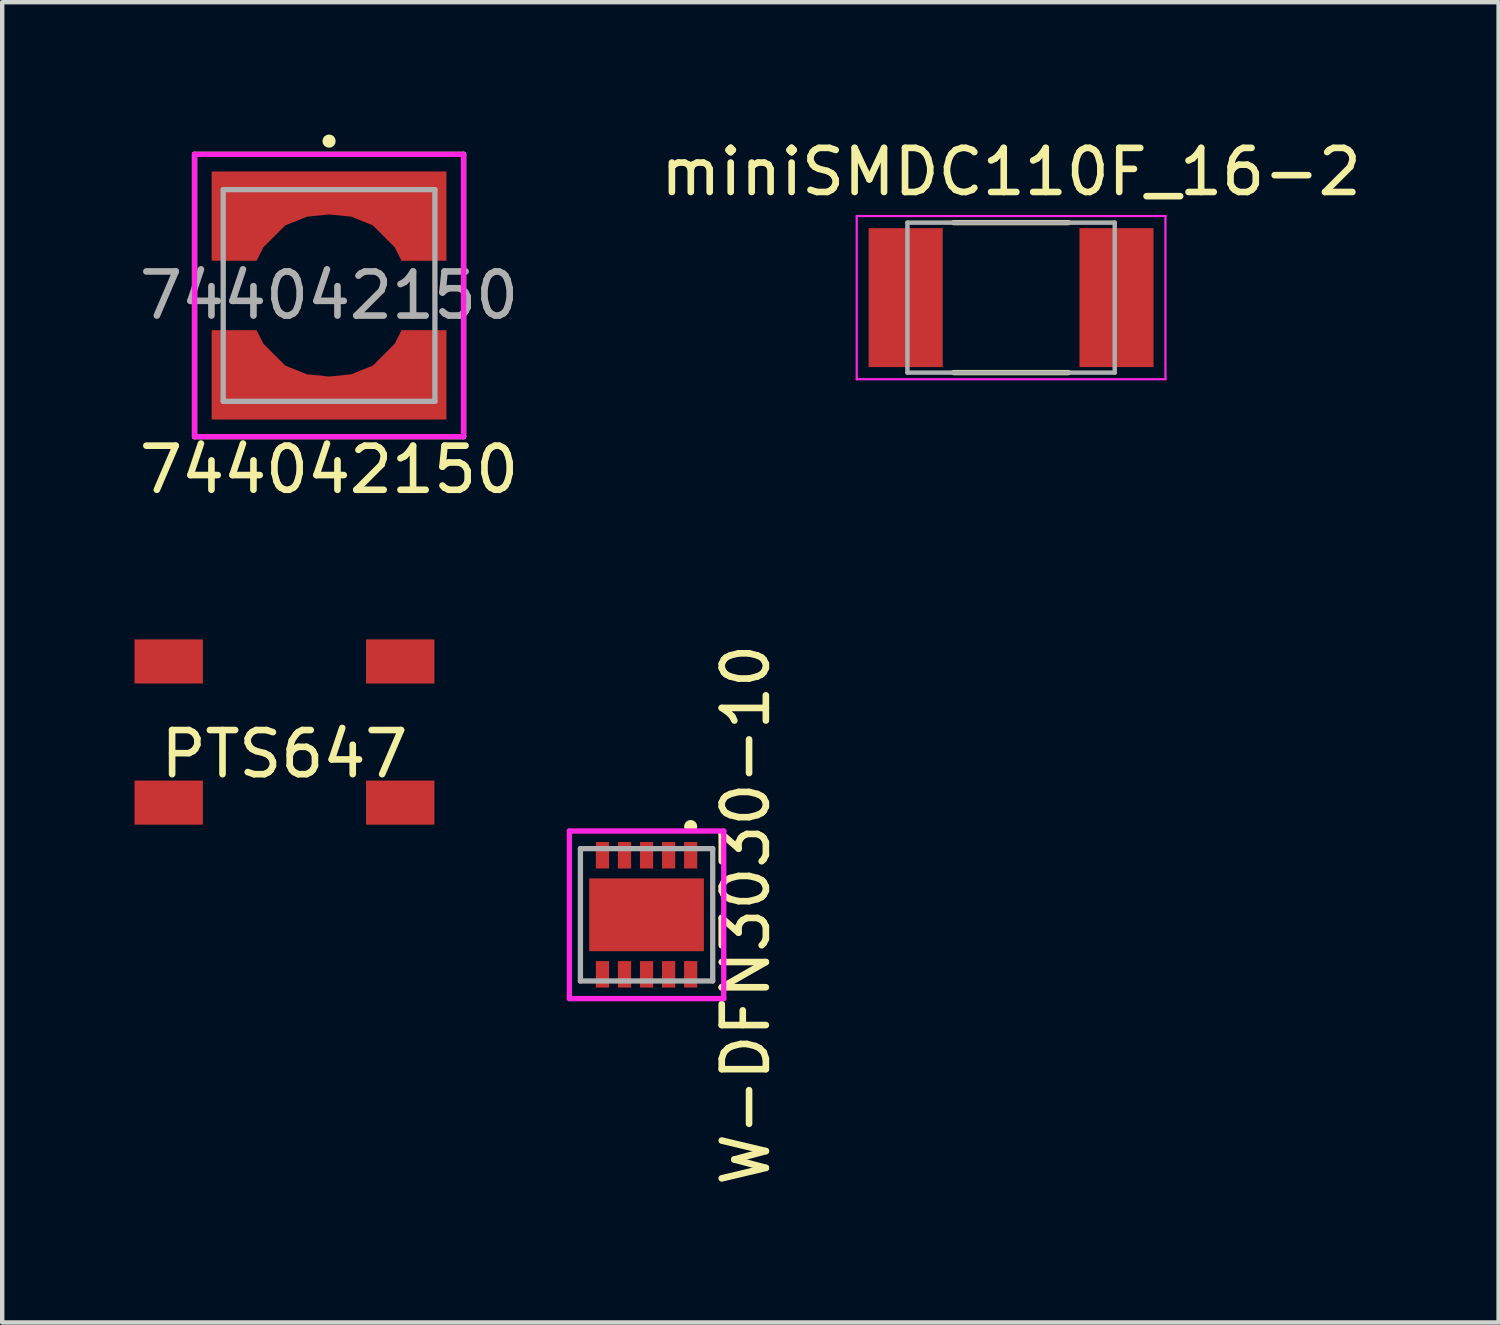
<source format=kicad_pcb>
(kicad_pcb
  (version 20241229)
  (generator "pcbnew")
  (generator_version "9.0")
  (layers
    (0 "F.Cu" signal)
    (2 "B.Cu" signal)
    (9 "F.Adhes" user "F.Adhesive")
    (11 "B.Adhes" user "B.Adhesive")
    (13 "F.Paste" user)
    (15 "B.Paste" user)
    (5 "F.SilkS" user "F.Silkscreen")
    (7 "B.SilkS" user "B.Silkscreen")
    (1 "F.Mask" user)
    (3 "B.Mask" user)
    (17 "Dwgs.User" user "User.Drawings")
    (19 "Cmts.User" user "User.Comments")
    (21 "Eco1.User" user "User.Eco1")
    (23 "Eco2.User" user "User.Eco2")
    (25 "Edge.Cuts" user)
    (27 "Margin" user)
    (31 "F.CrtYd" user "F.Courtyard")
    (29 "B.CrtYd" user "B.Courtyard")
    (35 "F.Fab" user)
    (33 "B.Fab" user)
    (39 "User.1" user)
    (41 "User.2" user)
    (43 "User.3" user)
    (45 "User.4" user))
  (footprint "miniSMDC110F_16-2"
    (layer "F.Cu")
    (at 19.875 3.698)
    (property "Reference" "miniSMDC110F_16-2" (at 0 -2.85 0) (layer "F.SilkS") (effects (font (size 1 1) (thickness 0.15))))
    (attr smd)
    (fp_line (start -1.3 -1.7) (end 1.3 -1.7) (stroke (width 0.12) (type solid)) (layer "F.SilkS"))
    (fp_line (start -1.3 1.7) (end 1.3 1.7) (stroke (width 0.12) (type solid)) (layer "F.SilkS"))
    (fp_line (start -3.5 -1.85) (end 3.5 -1.85) (stroke (width 0.05) (type solid)) (layer "F.CrtYd"))
    (fp_line (start -3.5 1.85) (end -3.5 -1.85) (stroke (width 0.05) (type solid)) (layer "F.CrtYd"))
    (fp_line (start 3.5 -1.85) (end 3.5 1.85) (stroke (width 0.05) (type solid)) (layer "F.CrtYd"))
    (fp_line (start 3.5 1.85) (end -3.5 1.85) (stroke (width 0.05) (type solid)) (layer "F.CrtYd"))
    (fp_line (start -2.35 -1.7) (end 2.35 -1.7) (stroke (width 0.1) (type solid)) (layer "F.Fab"))
    (fp_line (start -2.35 1.7) (end -2.35 -1.7) (stroke (width 0.1) (type solid)) (layer "F.Fab"))
    (fp_line (start 2.35 -1.7) (end 2.35 1.7) (stroke (width 0.1) (type solid)) (layer "F.Fab"))
    (fp_line (start 2.35 1.7) (end -2.35 1.7) (stroke (width 0.1) (type solid)) (layer "F.Fab"))
    (pad "1" smd rect (at -2.39 0) (size 1.68 3.15) (layers "F.Cu" "F.Mask" "F.Paste"))
    (pad "2" smd rect (at 2.39 0) (size 1.68 3.15) (layers "F.Cu" "F.Mask" "F.Paste")))
  (footprint "744042150"
    (layer "F.Cu")
    (at 4.411 3.65)
    (property "Reference" "744042150" (at 0 3.95 0) (layer "F.SilkS") (effects (font (size 1 1) (thickness 0.15))))
    (attr through_hole)
    (fp_line (start -3.05 -3.2) (end 3.05 -3.2) (stroke (width 0.12) (type solid)) (layer "F.SilkS"))
    (fp_line (start -3.05 3.2) (end -3.05 -3.2) (stroke (width 0.12) (type solid)) (layer "F.SilkS"))
    (fp_line (start 3.05 -3.2) (end 3.05 3.2) (stroke (width 0.12) (type solid)) (layer "F.SilkS"))
    (fp_line (start 3.05 3.2) (end -3.05 3.2) (stroke (width 0.12) (type solid)) (layer "F.SilkS"))
    (fp_circle (center 0 -3.5) (end 0.075 -3.5) (stroke (width 0.15) (type solid)) (fill no) (layer "F.SilkS"))
    (fp_line (start -3.05 -3.2) (end 3.05 -3.2) (stroke (width 0.12) (type solid)) (layer "F.CrtYd"))
    (fp_line (start -3.05 3.2) (end -3.05 -3.2) (stroke (width 0.12) (type solid)) (layer "F.CrtYd"))
    (fp_line (start 3.05 -3.2) (end 3.05 3.2) (stroke (width 0.12) (type solid)) (layer "F.CrtYd"))
    (fp_line (start 3.05 3.2) (end -3.05 3.2) (stroke (width 0.12) (type solid)) (layer "F.CrtYd"))
    (fp_line (start -2.4 -2.4) (end 2.4 -2.4) (stroke (width 0.12) (type solid)) (layer "F.Fab"))
    (fp_line (start -2.4 2.4) (end -2.4 -2.4) (stroke (width 0.12) (type solid)) (layer "F.Fab"))
    (fp_line (start 2.4 -2.4) (end 2.4 2.4) (stroke (width 0.12) (type solid)) (layer "F.Fab"))
    (fp_line (start 2.4 2.4) (end -2.4 2.4) (stroke (width 0.12) (type solid)) (layer "F.Fab"))
    (fp_text user "${REFERENCE}" (at 0 0 0) (layer "F.Fab") (effects (font (size 1 1) (thickness 0.15))))
    (pad "1" smd custom (at 0 -2.35) (size 0.5 0.5) (layers "F.Cu" "F.Mask" "F.Paste") (options (anchor rect)) (primitives (gr_poly (pts (xy 2.65 1.55) (xy 1.65 1.55) (xy 1.5 1.25) (xy 1 0.75) (xy 0.5 0.55) (xy 0 0.5) (xy -0.5 0.55) (xy -1 0.75) (xy -1.5 1.25) (xy -1.65 1.55) (xy -2.65 1.55) (xy -2.65 -0.45) (xy 2.65 -0.45)) (width 0.025) (fill yes))))
    (pad "2" smd custom (at 0 2.35 180) (size 0.5 0.5) (layers "F.Cu" "F.Mask" "F.Paste") (options (anchor rect)) (primitives (gr_poly (pts (xy 2.65 1.55) (xy 1.65 1.55) (xy 1.5 1.25) (xy 1 0.75) (xy 0.5 0.55) (xy 0 0.5) (xy -0.5 0.55) (xy -1 0.75) (xy -1.5 1.25) (xy -1.65 1.55) (xy -2.65 1.55) (xy -2.65 -0.45) (xy 2.65 -0.45)) (width 0.025) (fill yes)))))
  (footprint "W-DFN3030-10"
    (layer "F.Cu")
    (at 11.61 17.692)
    (property "Reference" "W-DFN3030-10" (at 2.25 0 270) (layer "F.SilkS") (effects (font (size 1 1) (thickness 0.15))))
    (attr through_hole)
    (fp_circle (center 1 -2) (end 1.075 -2) (stroke (width 0.15) (type solid)) (fill no) (layer "F.SilkS"))
    (fp_line (start -1.75 -1.9) (end 1.75 -1.9) (stroke (width 0.12) (type solid)) (layer "F.CrtYd"))
    (fp_line (start -1.75 1.9) (end -1.75 -1.9) (stroke (width 0.12) (type solid)) (layer "F.CrtYd"))
    (fp_line (start 1.75 -1.9) (end 1.75 1.9) (stroke (width 0.12) (type solid)) (layer "F.CrtYd"))
    (fp_line (start 1.75 1.9) (end -1.75 1.9) (stroke (width 0.12) (type solid)) (layer "F.CrtYd"))
    (fp_line (start -1.5 -1.5) (end 1.5 -1.5) (stroke (width 0.12) (type solid)) (layer "F.Fab"))
    (fp_line (start -1.5 1.5) (end -1.5 -1.5) (stroke (width 0.12) (type solid)) (layer "F.Fab"))
    (fp_line (start 1.5 -1.5) (end 1.5 1.5) (stroke (width 0.12) (type solid)) (layer "F.Fab"))
    (fp_line (start 1.5 1.5) (end -1.5 1.5) (stroke (width 0.12) (type solid)) (layer "F.Fab"))
    (pad "1" smd rect (at 1 -1.35) (size 0.3 0.6) (layers "F.Cu" "F.Mask" "F.Paste"))
    (pad "2" smd rect (at 0.5 -1.35) (size 0.3 0.6) (layers "F.Cu" "F.Mask" "F.Paste"))
    (pad "3" smd rect (at 0 -1.35) (size 0.3 0.6) (layers "F.Cu" "F.Mask" "F.Paste"))
    (pad "4" smd rect (at -0.5 -1.35) (size 0.3 0.6) (layers "F.Cu" "F.Mask" "F.Paste"))
    (pad "5" smd rect (at -1 -1.35) (size 0.3 0.6) (layers "F.Cu" "F.Mask" "F.Paste"))
    (pad "6" smd rect (at -1 1.35) (size 0.3 0.6) (layers "F.Cu" "F.Mask" "F.Paste"))
    (pad "7" smd rect (at -0.5 1.35) (size 0.3 0.6) (layers "F.Cu" "F.Mask" "F.Paste"))
    (pad "8" smd rect (at 0 1.35) (size 0.3 0.6) (layers "F.Cu" "F.Mask" "F.Paste"))
    (pad "9" smd rect (at 0.5 1.35) (size 0.3 0.6) (layers "F.Cu" "F.Mask" "F.Paste"))
    (pad "10" smd rect (at 1 1.35) (size 0.3 0.6) (layers "F.Cu" "F.Mask" "F.Paste"))
    (pad "PAD" smd rect (at 0 0) (size 2.6 1.65) (layers "F.Cu" "F.Mask" "F.Paste")))
  (footprint "PTS647"
    (layer "F.Cu")
    (at 3.4 13.548)
    (property "Reference" "PTS647" (at 0 0.5 0) (layer "F.SilkS") (effects (font (size 1 1) (thickness 0.15))))
    (attr through_hole)
    (pad "1" smd rect (at -2.625 -1.6) (size 1.55 1) (layers "F.Cu" "F.Mask" "F.Paste"))
    (pad "1" smd rect (at 2.625 -1.6) (size 1.55 1) (layers "F.Cu" "F.Mask" "F.Paste"))
    (pad "2" smd rect (at -2.625 1.6) (size 1.55 1) (layers "F.Cu" "F.Mask" "F.Paste"))
    (pad "2" smd rect (at 2.625 1.6) (size 1.55 1) (layers "F.Cu" "F.Mask" "F.Paste")))
  (gr_rect
    (start -3 -3)
    (end 30.929 26.936)
    (stroke (width 0.1) (type default))
    (fill no)
    (layer "Edge.Cuts")))
</source>
